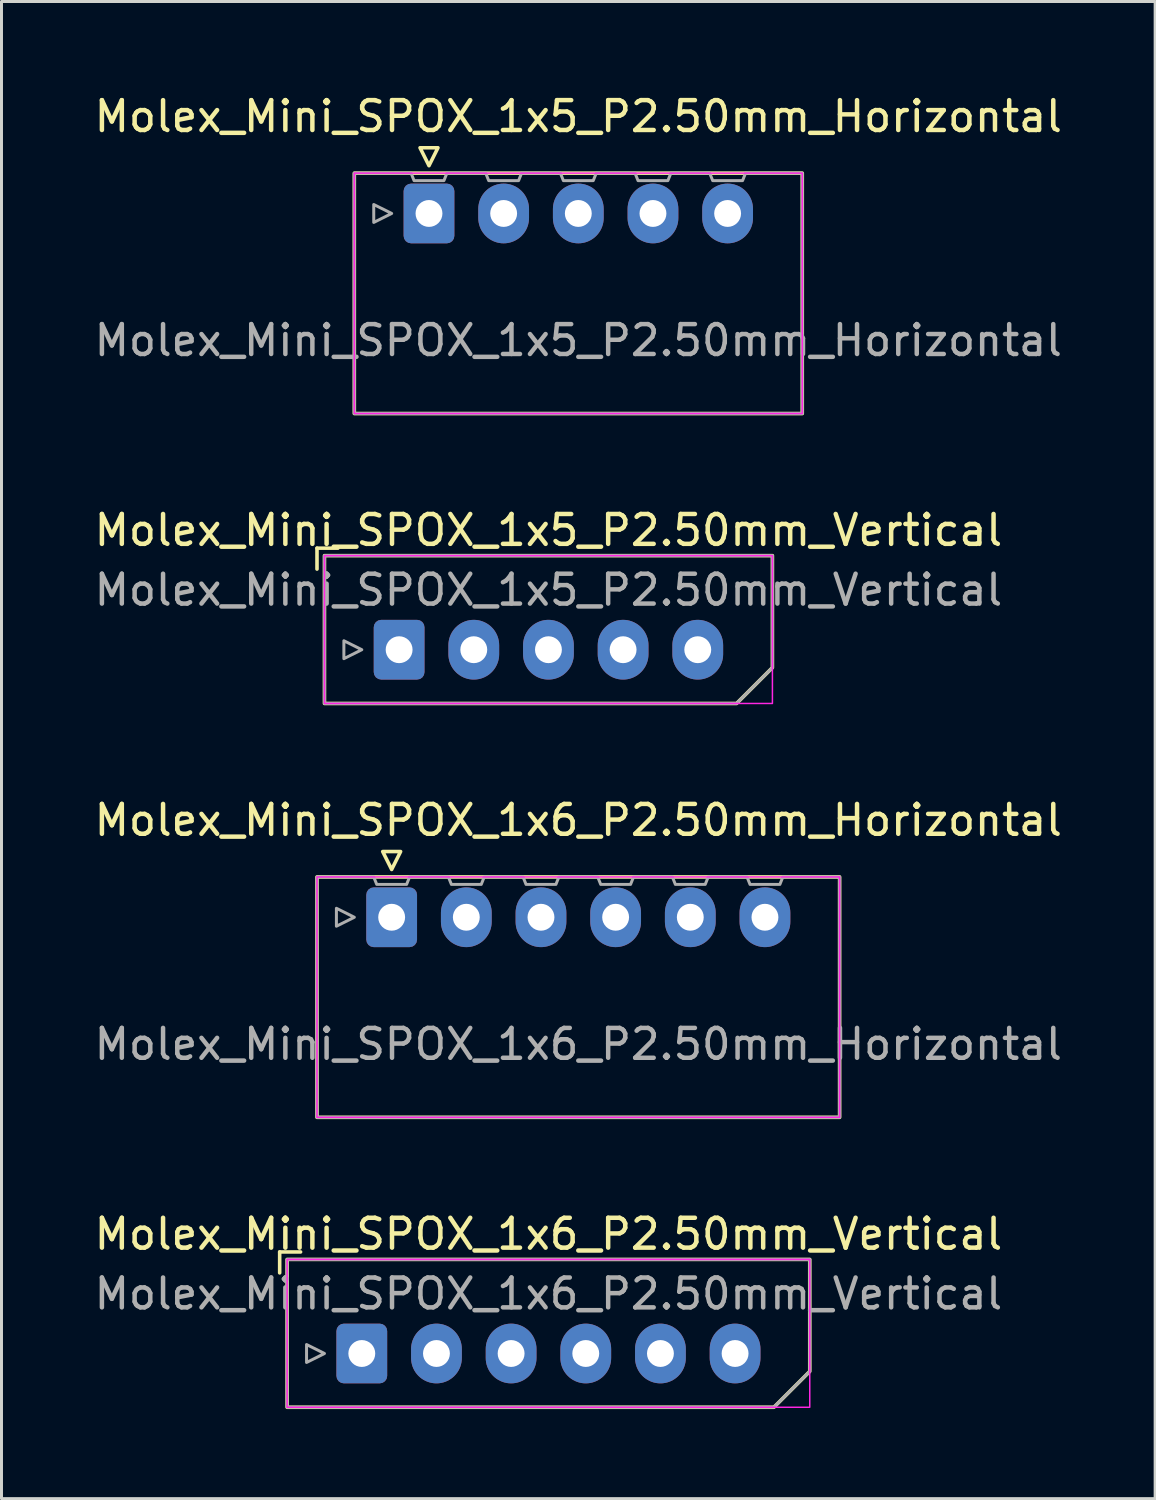
<source format=kicad_pcb>
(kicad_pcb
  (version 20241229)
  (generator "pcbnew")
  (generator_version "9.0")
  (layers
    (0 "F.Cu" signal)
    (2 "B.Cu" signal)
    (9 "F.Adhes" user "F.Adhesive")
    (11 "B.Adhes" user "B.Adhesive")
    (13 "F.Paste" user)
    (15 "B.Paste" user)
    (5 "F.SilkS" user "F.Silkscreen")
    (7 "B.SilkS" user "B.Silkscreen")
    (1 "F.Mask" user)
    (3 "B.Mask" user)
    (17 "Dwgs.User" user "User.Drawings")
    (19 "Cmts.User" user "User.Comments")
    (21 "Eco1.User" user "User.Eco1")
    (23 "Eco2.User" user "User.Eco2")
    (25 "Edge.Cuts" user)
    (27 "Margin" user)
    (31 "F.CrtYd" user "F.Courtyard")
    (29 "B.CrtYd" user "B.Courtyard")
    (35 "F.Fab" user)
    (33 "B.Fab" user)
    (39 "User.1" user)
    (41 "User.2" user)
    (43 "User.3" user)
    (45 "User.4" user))
  (footprint "Molex_Mini_SPOX_1x5_P2.50mm_Horizontal"
    (layer "F.Cu")
    (at 11.315 4.098)
    (property "Reference" "Molex_Mini_SPOX_1x5_P2.50mm_Horizontal" (at 5 -3.25 0) (unlocked yes) (layer "F.SilkS") (effects (font (size 1 1) (thickness 0.15))))
    (attr through_hole)
    (fp_rect (start -2.5 -1.35) (end 12.5 6.7) (stroke (width 0.12) (type solid)) (fill no) (layer "F.SilkS"))
    (fp_poly (pts (xy 0 -1.6) (xy 0.3 -2.2) (xy -0.3 -2.2) (xy 0 -1.6)) (stroke (width 0.12) (type solid)) (fill no) (layer "F.SilkS"))
    (fp_rect (start -2.5 6.7) (end 12.5 -1.35) (stroke (width 0.05) (type solid)) (fill no) (layer "F.CrtYd"))
    (fp_poly (pts (xy -1.25 0) (xy -1.85 -0.3) (xy -1.85 0.3) (xy -1.25 0)) (stroke (width 0.1) (type solid)) (fill no) (layer "F.Fab"))
    (fp_poly (pts (xy -2.5 -1.35) (xy -0.6 -1.35) (xy -0.5 -1.1) (xy 0.5 -1.1) (xy 0.6 -1.35) (xy 1.9 -1.35) (xy 2 -1.1) (xy 3 -1.1) (xy 3.1 -1.35) (xy 4.4 -1.35) (xy 4.5 -1.1) (xy 5.5 -1.1) (xy 5.6 -1.35) (xy 6.9 -1.35) (xy 7 -1.1) (xy 8 -1.1) (xy 8.1 -1.35) (xy 9.4 -1.35) (xy 9.5 -1.1) (xy 10.5 -1.1) (xy 10.6 -1.35) (xy 12.5 -1.35) (xy 12.5 6.7) (xy -2.5 6.7)) (stroke (width 0.1) (type solid)) (fill no) (layer "F.Fab"))
    (fp_text user "${REFERENCE}" (at 5 4.25 0) (unlocked yes) (layer "F.Fab") (effects (font (size 1 1) (thickness 0.15))))
    (pad "1" thru_hole roundrect (at 0 0) (size 1.7 2) (drill 0.9) (layers "*.Cu" "*.Mask") (roundrect_rratio 0.147))
    (pad "2" thru_hole oval (at 2.5 0) (size 1.7 2) (drill 0.9) (layers "*.Cu" "*.Mask"))
    (pad "3" thru_hole oval (at 5 0) (size 1.7 2) (drill 0.9) (layers "*.Cu" "*.Mask"))
    (pad "4" thru_hole oval (at 7.5 0) (size 1.7 2) (drill 0.9) (layers "*.Cu" "*.Mask"))
    (pad "5" thru_hole oval (at 10 0) (size 1.7 2) (drill 0.9) (layers "*.Cu" "*.Mask")))
  (footprint "Molex_Mini_SPOX_1x5_P2.50mm_Vertical"
    (layer "F.Cu")
    (at 10.315 18.706)
    (property "Reference" "Molex_Mini_SPOX_1x5_P2.50mm_Vertical" (at 5 -4 0) (unlocked yes) (layer "F.SilkS") (effects (font (size 1 1) (thickness 0.15))))
    (attr through_hole)
    (fp_line (start -2.75 -3.4) (end -2.05 -3.4) (stroke (width 0.12) (type solid)) (layer "F.SilkS"))
    (fp_line (start -2.75 -2.7) (end -2.75 -3.4) (stroke (width 0.12) (type solid)) (layer "F.SilkS"))
    (fp_poly (pts (xy -2.5 -3.15) (xy 12.5 -3.15) (xy 12.5 0.6) (xy 11.3 1.8) (xy -2.5 1.8)) (stroke (width 0.12) (type solid)) (fill no) (layer "F.SilkS"))
    (fp_rect (start -2.5 1.8) (end 12.5 -3.15) (stroke (width 0.05) (type solid)) (fill no) (layer "F.CrtYd"))
    (fp_circle (center 0 0) (end 0.35 0) (stroke (width 0.1) (type solid)) (fill no) (layer "F.Fab"))
    (fp_circle (center 2.5 0) (end 2.85 0) (stroke (width 0.1) (type solid)) (fill no) (layer "F.Fab"))
    (fp_circle (center 5 0) (end 5.35 0) (stroke (width 0.1) (type solid)) (fill no) (layer "F.Fab"))
    (fp_circle (center 7.5 0) (end 7.85 0) (stroke (width 0.1) (type solid)) (fill no) (layer "F.Fab"))
    (fp_circle (center 10 0) (end 10.35 0) (stroke (width 0.1) (type solid)) (fill no) (layer "F.Fab"))
    (fp_poly (pts (xy -1.25 0) (xy -1.85 -0.3) (xy -1.85 0.3) (xy -1.25 0)) (stroke (width 0.1) (type solid)) (fill no) (layer "F.Fab"))
    (fp_poly (pts (xy -2.5 -3.15) (xy 12.5 -3.15) (xy 12.5 0.6) (xy 11.3 1.8) (xy -2.5 1.8)) (stroke (width 0.1) (type solid)) (fill no) (layer "F.Fab"))
    (fp_text user "${REFERENCE}" (at 5 -2 0) (unlocked yes) (layer "F.Fab") (effects (font (size 1 1) (thickness 0.15))))
    (pad "1" thru_hole roundrect (at 0 0) (size 1.7 2) (drill 0.9) (layers "*.Cu" "*.Mask") (roundrect_rratio 0.147))
    (pad "2" thru_hole oval (at 2.5 0) (size 1.7 2) (drill 0.9) (layers "*.Cu" "*.Mask"))
    (pad "3" thru_hole oval (at 5 0) (size 1.7 2) (drill 0.9) (layers "*.Cu" "*.Mask"))
    (pad "4" thru_hole oval (at 7.5 0) (size 1.7 2) (drill 0.9) (layers "*.Cu" "*.Mask"))
    (pad "5" thru_hole oval (at 10 0) (size 1.7 2) (drill 0.9) (layers "*.Cu" "*.Mask")))
  (footprint "Molex_Mini_SPOX_1x6_P2.50mm_Horizontal"
    (layer "F.Cu")
    (at 10.065 27.665)
    (property "Reference" "Molex_Mini_SPOX_1x6_P2.50mm_Horizontal" (at 6.25 -3.25 0) (unlocked yes) (layer "F.SilkS") (effects (font (size 1 1) (thickness 0.15))))
    (attr through_hole)
    (fp_rect (start -2.5 -1.35) (end 15 6.7) (stroke (width 0.12) (type solid)) (fill no) (layer "F.SilkS"))
    (fp_poly (pts (xy 0 -1.6) (xy 0.3 -2.2) (xy -0.3 -2.2) (xy 0 -1.6)) (stroke (width 0.12) (type solid)) (fill no) (layer "F.SilkS"))
    (fp_rect (start -2.5 6.7) (end 15 -1.35) (stroke (width 0.05) (type solid)) (fill no) (layer "F.CrtYd"))
    (fp_poly (pts (xy -1.25 0) (xy -1.85 -0.3) (xy -1.85 0.3) (xy -1.25 0)) (stroke (width 0.1) (type solid)) (fill no) (layer "F.Fab"))
    (fp_poly (pts (xy -2.5 -1.35) (xy -0.6 -1.35) (xy -0.5 -1.1) (xy 0.5 -1.1) (xy 0.6 -1.35) (xy 1.9 -1.35) (xy 2 -1.1) (xy 3 -1.1) (xy 3.1 -1.35) (xy 4.4 -1.35) (xy 4.5 -1.1) (xy 5.5 -1.1) (xy 5.6 -1.35) (xy 6.9 -1.35) (xy 7 -1.1) (xy 8 -1.1) (xy 8.1 -1.35) (xy 9.4 -1.35) (xy 9.5 -1.1) (xy 10.5 -1.1) (xy 10.6 -1.35) (xy 11.9 -1.35) (xy 12 -1.1) (xy 13 -1.1) (xy 13.1 -1.35) (xy 15 -1.35) (xy 15 6.7) (xy -2.5 6.7)) (stroke (width 0.1) (type solid)) (fill no) (layer "F.Fab"))
    (fp_text user "${REFERENCE}" (at 6.25 4.25 0) (unlocked yes) (layer "F.Fab") (effects (font (size 1 1) (thickness 0.15))))
    (pad "1" thru_hole roundrect (at 0 0) (size 1.7 2) (drill 0.9) (layers "*.Cu" "*.Mask") (roundrect_rratio 0.147))
    (pad "2" thru_hole oval (at 2.5 0) (size 1.7 2) (drill 0.9) (layers "*.Cu" "*.Mask"))
    (pad "3" thru_hole oval (at 5 0) (size 1.7 2) (drill 0.9) (layers "*.Cu" "*.Mask"))
    (pad "4" thru_hole oval (at 7.5 0) (size 1.7 2) (drill 0.9) (layers "*.Cu" "*.Mask"))
    (pad "5" thru_hole oval (at 10 0) (size 1.7 2) (drill 0.9) (layers "*.Cu" "*.Mask"))
    (pad "6" thru_hole oval (at 12.5 0) (size 1.7 2) (drill 0.9) (layers "*.Cu" "*.Mask")))
  (footprint "Molex_Mini_SPOX_1x6_P2.50mm_Vertical"
    (layer "F.Cu")
    (at 9.065 42.273)
    (property "Reference" "Molex_Mini_SPOX_1x6_P2.50mm_Vertical" (at 6.25 -4 0) (unlocked yes) (layer "F.SilkS") (effects (font (size 1 1) (thickness 0.15))))
    (attr through_hole)
    (fp_line (start -2.75 -3.4) (end -2.05 -3.4) (stroke (width 0.12) (type solid)) (layer "F.SilkS"))
    (fp_line (start -2.75 -2.7) (end -2.75 -3.4) (stroke (width 0.12) (type solid)) (layer "F.SilkS"))
    (fp_poly (pts (xy -2.5 -3.15) (xy 15 -3.15) (xy 15 0.6) (xy 13.8 1.8) (xy -2.5 1.8)) (stroke (width 0.12) (type solid)) (fill no) (layer "F.SilkS"))
    (fp_rect (start -2.5 1.8) (end 15 -3.15) (stroke (width 0.05) (type solid)) (fill no) (layer "F.CrtYd"))
    (fp_circle (center 0 0) (end 0.35 0) (stroke (width 0.1) (type solid)) (fill no) (layer "F.Fab"))
    (fp_circle (center 2.5 0) (end 2.85 0) (stroke (width 0.1) (type solid)) (fill no) (layer "F.Fab"))
    (fp_circle (center 5 0) (end 5.35 0) (stroke (width 0.1) (type solid)) (fill no) (layer "F.Fab"))
    (fp_circle (center 7.5 0) (end 7.85 0) (stroke (width 0.1) (type solid)) (fill no) (layer "F.Fab"))
    (fp_circle (center 10 0) (end 10.35 0) (stroke (width 0.1) (type solid)) (fill no) (layer "F.Fab"))
    (fp_circle (center 12.5 0) (end 12.85 0) (stroke (width 0.1) (type solid)) (fill no) (layer "F.Fab"))
    (fp_poly (pts (xy -1.25 0) (xy -1.85 -0.3) (xy -1.85 0.3) (xy -1.25 0)) (stroke (width 0.1) (type solid)) (fill no) (layer "F.Fab"))
    (fp_poly (pts (xy -2.5 -3.15) (xy 15 -3.15) (xy 15 0.6) (xy 13.8 1.8) (xy -2.5 1.8)) (stroke (width 0.1) (type solid)) (fill no) (layer "F.Fab"))
    (fp_text user "${REFERENCE}" (at 6.25 -2 0) (unlocked yes) (layer "F.Fab") (effects (font (size 1 1) (thickness 0.15))))
    (pad "1" thru_hole roundrect (at 0 0) (size 1.7 2) (drill 0.9) (layers "*.Cu" "*.Mask") (roundrect_rratio 0.147))
    (pad "2" thru_hole oval (at 2.5 0) (size 1.7 2) (drill 0.9) (layers "*.Cu" "*.Mask"))
    (pad "3" thru_hole oval (at 5 0) (size 1.7 2) (drill 0.9) (layers "*.Cu" "*.Mask"))
    (pad "4" thru_hole oval (at 7.5 0) (size 1.7 2) (drill 0.9) (layers "*.Cu" "*.Mask"))
    (pad "5" thru_hole oval (at 10 0) (size 1.7 2) (drill 0.9) (layers "*.Cu" "*.Mask"))
    (pad "6" thru_hole oval (at 12.5 0) (size 1.7 2) (drill 0.9) (layers "*.Cu" "*.Mask")))
  (gr_rect
    (start -3 -3)
    (end 35.631 47.133)
    (stroke (width 0.1) (type default))
    (fill no)
    (layer "Edge.Cuts")))
</source>
